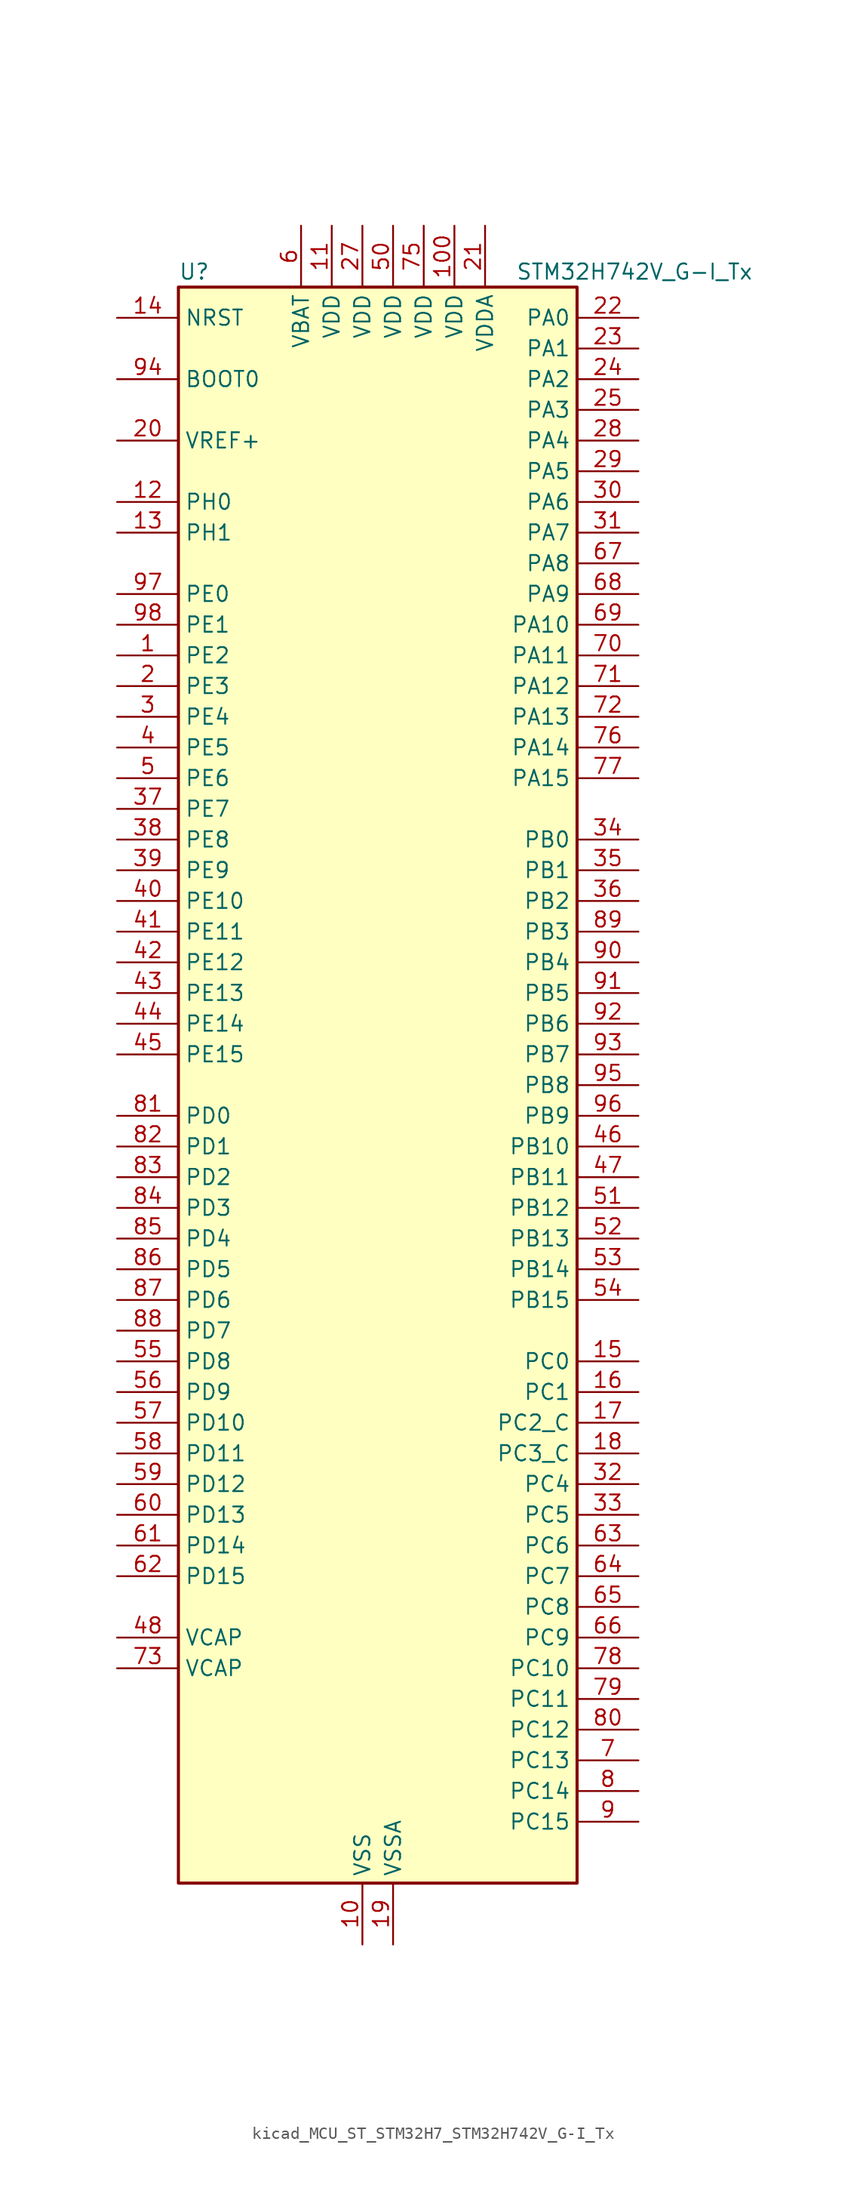
<source format=kicad_sym>
(kicad_symbol_lib
  (version 20220914)
  (generator kicad_symbol_editor)
  (symbol "kicad_MCU_ST_STM32H7_STM32H742V_G-I_Tx"
    (property "Reference" "U"
      (at -15.24 67.31 0)
      (effects (font (size 1.27 1.27)) (justify left)))
    (property "Value" "STM32H742V_G-I_Tx"
      (at 12.7 67.31 0)
      (effects (font (size 1.27 1.27)) (justify left)))
    (property "ki_locked" ""
      (at 0 0 0)
      (effects (font (size 1.27 1.27))))
    (symbol "kicad_MCU_ST_STM32H7_STM32H742V_G-I_Tx_0_1"
      (rectangle (start -15.24 -66.04) (end 17.78 66.04) (stroke (width 0.254) (type default)) (fill (type background))))
    (symbol "kicad_MCU_ST_STM32H7_STM32H742V_G-I_Tx_1_1"
      (pin bidirectional line (at -20.32 35.56 0) (length 5.08) (name "PE2" (effects (font (size 1.27 1.27)))) (number "1" (effects (font (size 1.27 1.27)))) (alternate "DEBUG_TRACECLK" bidirectional line) (alternate "ETH_TXD3" bidirectional line) (alternate "FMC_A23" bidirectional line) (alternate "QUADSPI_BK1_IO2" bidirectional line) (alternate "SAI1_CK1" bidirectional line) (alternate "SAI1_MCLK_A" bidirectional line) (alternate "SAI4_CK1" bidirectional line) (alternate "SAI4_MCLK_A" bidirectional line) (alternate "SPI4_SCK" bidirectional line))
      (pin power_in line (at 0 -71.12 90) (length 5.08) (name "VSS" (effects (font (size 1.27 1.27)))) (number "10" (effects (font (size 1.27 1.27)))))
      (pin power_in line (at 7.62 71.12 270) (length 5.08) (name "VDD" (effects (font (size 1.27 1.27)))) (number "100" (effects (font (size 1.27 1.27)))))
      (pin power_in line (at -2.54 71.12 270) (length 5.08) (name "VDD" (effects (font (size 1.27 1.27)))) (number "11" (effects (font (size 1.27 1.27)))))
      (pin bidirectional line (at -20.32 48.26 0) (length 5.08) (name "PH0" (effects (font (size 1.27 1.27)))) (number "12" (effects (font (size 1.27 1.27)))) (alternate "RCC_OSC_IN" bidirectional line))
      (pin bidirectional line (at -20.32 45.72 0) (length 5.08) (name "PH1" (effects (font (size 1.27 1.27)))) (number "13" (effects (font (size 1.27 1.27)))) (alternate "RCC_OSC_OUT" bidirectional line))
      (pin input line (at -20.32 63.5 0) (length 5.08) (name "NRST" (effects (font (size 1.27 1.27)))) (number "14" (effects (font (size 1.27 1.27)))))
      (pin bidirectional line (at 22.86 -22.86 180) (length 5.08) (name "PC0" (effects (font (size 1.27 1.27)))) (number "15" (effects (font (size 1.27 1.27)))) (alternate "ADC1_INP10" bidirectional line) (alternate "ADC2_INP10" bidirectional line) (alternate "ADC3_INP10" bidirectional line) (alternate "DFSDM1_CKIN0" bidirectional line) (alternate "DFSDM1_DATIN4" bidirectional line) (alternate "FMC_SDNWE" bidirectional line) (alternate "SAI2_FS_B" bidirectional line) (alternate "USB_OTG_HS_ULPI_STP" bidirectional line))
      (pin bidirectional line (at 22.86 -25.4 180) (length 5.08) (name "PC1" (effects (font (size 1.27 1.27)))) (number "16" (effects (font (size 1.27 1.27)))) (alternate "ADC1_INN10" bidirectional line) (alternate "ADC1_INP11" bidirectional line) (alternate "ADC2_INN10" bidirectional line) (alternate "ADC2_INP11" bidirectional line) (alternate "ADC3_INN10" bidirectional line) (alternate "ADC3_INP11" bidirectional line) (alternate "DEBUG_TRACED0" bidirectional line) (alternate "DFSDM1_CKIN4" bidirectional line) (alternate "DFSDM1_DATIN0" bidirectional line) (alternate "ETH_MDC" bidirectional line) (alternate "I2S2_SDO" bidirectional line) (alternate "MDIOS_MDC" bidirectional line) (alternate "PWR_WKUP5" bidirectional line) (alternate "RTC_TAMP3" bidirectional line) (alternate "SAI1_D1" bidirectional line) (alternate "SAI1_SD_A" bidirectional line) (alternate "SAI4_D1" bidirectional line) (alternate "SAI4_SD_A" bidirectional line) (alternate "SDMMC2_CK" bidirectional line) (alternate "SPI2_MOSI" bidirectional line))
      (pin bidirectional line (at 22.86 -27.94 180) (length 5.08) (name "PC2_C" (effects (font (size 1.27 1.27)))) (number "17" (effects (font (size 1.27 1.27)))) (alternate "ADC3_INN1" bidirectional line) (alternate "ADC3_INP0" bidirectional line) (alternate "DFSDM1_CKIN1" bidirectional line) (alternate "DFSDM1_CKOUT" bidirectional line) (alternate "ETH_TXD2" bidirectional line) (alternate "FMC_SDNE0" bidirectional line) (alternate "I2S2_SDI" bidirectional line) (alternate "PWR_CSTOP" bidirectional line) (alternate "SPI2_MISO" bidirectional line) (alternate "USB_OTG_HS_ULPI_DIR" bidirectional line))
      (pin bidirectional line (at 22.86 -30.48 180) (length 5.08) (name "PC3_C" (effects (font (size 1.27 1.27)))) (number "18" (effects (font (size 1.27 1.27)))) (alternate "ADC3_INP1" bidirectional line) (alternate "DFSDM1_DATIN1" bidirectional line) (alternate "ETH_TX_CLK" bidirectional line) (alternate "FMC_SDCKE0" bidirectional line) (alternate "I2S2_SDO" bidirectional line) (alternate "PWR_CSLEEP" bidirectional line) (alternate "SPI2_MOSI" bidirectional line) (alternate "USB_OTG_HS_ULPI_NXT" bidirectional line))
      (pin power_in line (at 2.54 -71.12 90) (length 5.08) (name "VSSA" (effects (font (size 1.27 1.27)))) (number "19" (effects (font (size 1.27 1.27)))))
      (pin bidirectional line (at -20.32 33.02 0) (length 5.08) (name "PE3" (effects (font (size 1.27 1.27)))) (number "2" (effects (font (size 1.27 1.27)))) (alternate "DEBUG_TRACED0" bidirectional line) (alternate "FMC_A19" bidirectional line) (alternate "SAI1_SD_B" bidirectional line) (alternate "SAI4_SD_B" bidirectional line) (alternate "TIM15_BKIN" bidirectional line))
      (pin input line (at -20.32 53.34 0) (length 5.08) (name "VREF+" (effects (font (size 1.27 1.27)))) (number "20" (effects (font (size 1.27 1.27)))) (alternate "VREFBUF_OUT" bidirectional line))
      (pin power_in line (at 10.16 71.12 270) (length 5.08) (name "VDDA" (effects (font (size 1.27 1.27)))) (number "21" (effects (font (size 1.27 1.27)))))
      (pin bidirectional line (at 22.86 63.5 180) (length 5.08) (name "PA0" (effects (font (size 1.27 1.27)))) (number "22" (effects (font (size 1.27 1.27)))) (alternate "ADC1_INP16" bidirectional line) (alternate "ETH_CRS" bidirectional line) (alternate "PWR_WKUP0" bidirectional line) (alternate "SAI2_SD_B" bidirectional line) (alternate "SDMMC2_CMD" bidirectional line) (alternate "TIM15_BKIN" bidirectional line) (alternate "TIM2_CH1" bidirectional line) (alternate "TIM2_ETR" bidirectional line) (alternate "TIM5_CH1" bidirectional line) (alternate "TIM8_ETR" bidirectional line) (alternate "UART4_TX" bidirectional line) (alternate "USART2_CTS" bidirectional line) (alternate "USART2_NSS" bidirectional line))
      (pin bidirectional line (at 22.86 60.96 180) (length 5.08) (name "PA1" (effects (font (size 1.27 1.27)))) (number "23" (effects (font (size 1.27 1.27)))) (alternate "ADC1_INN16" bidirectional line) (alternate "ADC1_INP17" bidirectional line) (alternate "ETH_REF_CLK" bidirectional line) (alternate "ETH_RX_CLK" bidirectional line) (alternate "LPTIM3_OUT" bidirectional line) (alternate "QUADSPI_BK1_IO3" bidirectional line) (alternate "SAI2_MCLK_B" bidirectional line) (alternate "TIM15_CH1N" bidirectional line) (alternate "TIM2_CH2" bidirectional line) (alternate "TIM5_CH2" bidirectional line) (alternate "UART4_RX" bidirectional line) (alternate "USART2_DE" bidirectional line) (alternate "USART2_RTS" bidirectional line))
      (pin bidirectional line (at 22.86 58.42 180) (length 5.08) (name "PA2" (effects (font (size 1.27 1.27)))) (number "24" (effects (font (size 1.27 1.27)))) (alternate "ADC1_INP14" bidirectional line) (alternate "ADC2_INP14" bidirectional line) (alternate "ETH_MDIO" bidirectional line) (alternate "LPTIM4_OUT" bidirectional line) (alternate "MDIOS_MDIO" bidirectional line) (alternate "PWR_WKUP1" bidirectional line) (alternate "SAI2_SCK_B" bidirectional line) (alternate "TIM15_CH1" bidirectional line) (alternate "TIM2_CH3" bidirectional line) (alternate "TIM5_CH3" bidirectional line) (alternate "USART2_TX" bidirectional line))
      (pin bidirectional line (at 22.86 55.88 180) (length 5.08) (name "PA3" (effects (font (size 1.27 1.27)))) (number "25" (effects (font (size 1.27 1.27)))) (alternate "ADC1_INP15" bidirectional line) (alternate "ADC2_INP15" bidirectional line) (alternate "ETH_COL" bidirectional line) (alternate "LPTIM5_OUT" bidirectional line) (alternate "TIM15_CH2" bidirectional line) (alternate "TIM2_CH4" bidirectional line) (alternate "TIM5_CH4" bidirectional line) (alternate "USART2_RX" bidirectional line) (alternate "USB_OTG_HS_ULPI_D0" bidirectional line))
      (pin passive line (at 0 -71.12 90) (length 5.08) hide (name "VSS" (effects (font (size 1.27 1.27)))) (number "26" (effects (font (size 1.27 1.27)))))
      (pin power_in line (at 0 71.12 270) (length 5.08) (name "VDD" (effects (font (size 1.27 1.27)))) (number "27" (effects (font (size 1.27 1.27)))))
      (pin bidirectional line (at 22.86 53.34 180) (length 5.08) (name "PA4" (effects (font (size 1.27 1.27)))) (number "28" (effects (font (size 1.27 1.27)))) (alternate "ADC1_INP18" bidirectional line) (alternate "ADC2_INP18" bidirectional line) (alternate "DAC1_OUT1" bidirectional line) (alternate "DCMI_HSYNC" bidirectional line) (alternate "I2S1_WS" bidirectional line) (alternate "I2S3_WS" bidirectional line) (alternate "SPI1_NSS" bidirectional line) (alternate "SPI3_NSS" bidirectional line) (alternate "SPI6_NSS" bidirectional line) (alternate "TIM5_ETR" bidirectional line) (alternate "USART2_CK" bidirectional line) (alternate "USB_OTG_HS_SOF" bidirectional line))
      (pin bidirectional line (at 22.86 50.8 180) (length 5.08) (name "PA5" (effects (font (size 1.27 1.27)))) (number "29" (effects (font (size 1.27 1.27)))) (alternate "ADC1_INN18" bidirectional line) (alternate "ADC1_INP19" bidirectional line) (alternate "ADC2_INN18" bidirectional line) (alternate "ADC2_INP19" bidirectional line) (alternate "DAC1_OUT2" bidirectional line) (alternate "I2S1_CK" bidirectional line) (alternate "PWR_NDSTOP2" bidirectional line) (alternate "SPI1_SCK" bidirectional line) (alternate "SPI6_SCK" bidirectional line) (alternate "TIM2_CH1" bidirectional line) (alternate "TIM2_ETR" bidirectional line) (alternate "TIM8_CH1N" bidirectional line) (alternate "USB_OTG_HS_ULPI_CK" bidirectional line))
      (pin bidirectional line (at -20.32 30.48 0) (length 5.08) (name "PE4" (effects (font (size 1.27 1.27)))) (number "3" (effects (font (size 1.27 1.27)))) (alternate "DCMI_D4" bidirectional line) (alternate "DEBUG_TRACED1" bidirectional line) (alternate "DFSDM1_DATIN3" bidirectional line) (alternate "FMC_A20" bidirectional line) (alternate "SAI1_D2" bidirectional line) (alternate "SAI1_FS_A" bidirectional line) (alternate "SAI4_D2" bidirectional line) (alternate "SAI4_FS_A" bidirectional line) (alternate "SPI4_NSS" bidirectional line) (alternate "TIM15_CH1N" bidirectional line))
      (pin bidirectional line (at 22.86 48.26 180) (length 5.08) (name "PA6" (effects (font (size 1.27 1.27)))) (number "30" (effects (font (size 1.27 1.27)))) (alternate "ADC1_INP3" bidirectional line) (alternate "ADC2_INP3" bidirectional line) (alternate "DCMI_PIXCLK" bidirectional line) (alternate "I2S1_SDI" bidirectional line) (alternate "MDIOS_MDC" bidirectional line) (alternate "SPI1_MISO" bidirectional line) (alternate "SPI6_MISO" bidirectional line) (alternate "TIM13_CH1" bidirectional line) (alternate "TIM1_BKIN" bidirectional line) (alternate "TIM1_BKIN_COMP1" bidirectional line) (alternate "TIM1_BKIN_COMP2" bidirectional line) (alternate "TIM3_CH1" bidirectional line) (alternate "TIM8_BKIN" bidirectional line) (alternate "TIM8_BKIN_COMP1" bidirectional line) (alternate "TIM8_BKIN_COMP2" bidirectional line))
      (pin bidirectional line (at 22.86 45.72 180) (length 5.08) (name "PA7" (effects (font (size 1.27 1.27)))) (number "31" (effects (font (size 1.27 1.27)))) (alternate "ADC1_INN3" bidirectional line) (alternate "ADC1_INP7" bidirectional line) (alternate "ADC2_INN3" bidirectional line) (alternate "ADC2_INP7" bidirectional line) (alternate "ETH_CRS_DV" bidirectional line) (alternate "ETH_RX_DV" bidirectional line) (alternate "FMC_SDNWE" bidirectional line) (alternate "I2S1_SDO" bidirectional line) (alternate "OPAMP1_VINM" bidirectional line) (alternate "OPAMP1_VINM1" bidirectional line) (alternate "SPI1_MOSI" bidirectional line) (alternate "SPI6_MOSI" bidirectional line) (alternate "TIM14_CH1" bidirectional line) (alternate "TIM1_CH1N" bidirectional line) (alternate "TIM3_CH2" bidirectional line) (alternate "TIM8_CH1N" bidirectional line))
      (pin bidirectional line (at 22.86 -33.02 180) (length 5.08) (name "PC4" (effects (font (size 1.27 1.27)))) (number "32" (effects (font (size 1.27 1.27)))) (alternate "ADC1_INP4" bidirectional line) (alternate "ADC2_INP4" bidirectional line) (alternate "COMP1_INM" bidirectional line) (alternate "DFSDM1_CKIN2" bidirectional line) (alternate "ETH_RXD0" bidirectional line) (alternate "FMC_SDNE0" bidirectional line) (alternate "I2S1_MCK" bidirectional line) (alternate "OPAMP1_VOUT" bidirectional line) (alternate "SPDIFRX1_IN2" bidirectional line))
      (pin bidirectional line (at 22.86 -35.56 180) (length 5.08) (name "PC5" (effects (font (size 1.27 1.27)))) (number "33" (effects (font (size 1.27 1.27)))) (alternate "ADC1_INN4" bidirectional line) (alternate "ADC1_INP8" bidirectional line) (alternate "ADC2_INN4" bidirectional line) (alternate "ADC2_INP8" bidirectional line) (alternate "COMP1_OUT" bidirectional line) (alternate "DFSDM1_DATIN2" bidirectional line) (alternate "ETH_RXD1" bidirectional line) (alternate "FMC_SDCKE0" bidirectional line) (alternate "OPAMP1_VINM" bidirectional line) (alternate "OPAMP1_VINM0" bidirectional line) (alternate "SAI1_D3" bidirectional line) (alternate "SAI4_D3" bidirectional line) (alternate "SPDIFRX1_IN3" bidirectional line))
      (pin bidirectional line (at 22.86 20.32 180) (length 5.08) (name "PB0" (effects (font (size 1.27 1.27)))) (number "34" (effects (font (size 1.27 1.27)))) (alternate "ADC1_INN5" bidirectional line) (alternate "ADC1_INP9" bidirectional line) (alternate "ADC2_INN5" bidirectional line) (alternate "ADC2_INP9" bidirectional line) (alternate "COMP1_INP" bidirectional line) (alternate "DFSDM1_CKOUT" bidirectional line) (alternate "ETH_RXD2" bidirectional line) (alternate "OPAMP1_VINP" bidirectional line) (alternate "TIM1_CH2N" bidirectional line) (alternate "TIM3_CH3" bidirectional line) (alternate "TIM8_CH2N" bidirectional line) (alternate "UART4_CTS" bidirectional line) (alternate "USB_OTG_HS_ULPI_D1" bidirectional line))
      (pin bidirectional line (at 22.86 17.78 180) (length 5.08) (name "PB1" (effects (font (size 1.27 1.27)))) (number "35" (effects (font (size 1.27 1.27)))) (alternate "ADC1_INP5" bidirectional line) (alternate "ADC2_INP5" bidirectional line) (alternate "COMP1_INM" bidirectional line) (alternate "DFSDM1_DATIN1" bidirectional line) (alternate "ETH_RXD3" bidirectional line) (alternate "TIM1_CH3N" bidirectional line) (alternate "TIM3_CH4" bidirectional line) (alternate "TIM8_CH3N" bidirectional line) (alternate "USB_OTG_HS_ULPI_D2" bidirectional line))
      (pin bidirectional line (at 22.86 15.24 180) (length 5.08) (name "PB2" (effects (font (size 1.27 1.27)))) (number "36" (effects (font (size 1.27 1.27)))) (alternate "COMP1_INP" bidirectional line) (alternate "DFSDM1_CKIN1" bidirectional line) (alternate "I2S3_SDO" bidirectional line) (alternate "QUADSPI_CLK" bidirectional line) (alternate "RTC_OUT_ALARM" bidirectional line) (alternate "RTC_OUT_CALIB" bidirectional line) (alternate "SAI1_D1" bidirectional line) (alternate "SAI1_SD_A" bidirectional line) (alternate "SAI4_D1" bidirectional line) (alternate "SAI4_SD_A" bidirectional line) (alternate "SPI3_MOSI" bidirectional line))
      (pin bidirectional line (at -20.32 22.86 0) (length 5.08) (name "PE7" (effects (font (size 1.27 1.27)))) (number "37" (effects (font (size 1.27 1.27)))) (alternate "COMP2_INM" bidirectional line) (alternate "DFSDM1_DATIN2" bidirectional line) (alternate "FMC_D4" bidirectional line) (alternate "FMC_DA4" bidirectional line) (alternate "OPAMP2_VOUT" bidirectional line) (alternate "QUADSPI_BK2_IO0" bidirectional line) (alternate "TIM1_ETR" bidirectional line) (alternate "UART7_RX" bidirectional line))
      (pin bidirectional line (at -20.32 20.32 0) (length 5.08) (name "PE8" (effects (font (size 1.27 1.27)))) (number "38" (effects (font (size 1.27 1.27)))) (alternate "COMP2_OUT" bidirectional line) (alternate "DFSDM1_CKIN2" bidirectional line) (alternate "FMC_D5" bidirectional line) (alternate "FMC_DA5" bidirectional line) (alternate "OPAMP2_VINM" bidirectional line) (alternate "OPAMP2_VINM0" bidirectional line) (alternate "QUADSPI_BK2_IO1" bidirectional line) (alternate "TIM1_CH1N" bidirectional line) (alternate "UART7_TX" bidirectional line))
      (pin bidirectional line (at -20.32 17.78 0) (length 5.08) (name "PE9" (effects (font (size 1.27 1.27)))) (number "39" (effects (font (size 1.27 1.27)))) (alternate "COMP2_INP" bidirectional line) (alternate "DAC1_EXTI9" bidirectional line) (alternate "DFSDM1_CKOUT" bidirectional line) (alternate "FMC_D6" bidirectional line) (alternate "FMC_DA6" bidirectional line) (alternate "OPAMP2_VINP" bidirectional line) (alternate "QUADSPI_BK2_IO2" bidirectional line) (alternate "TIM1_CH1" bidirectional line) (alternate "UART7_DE" bidirectional line) (alternate "UART7_RTS" bidirectional line))
      (pin bidirectional line (at -20.32 27.94 0) (length 5.08) (name "PE5" (effects (font (size 1.27 1.27)))) (number "4" (effects (font (size 1.27 1.27)))) (alternate "DCMI_D6" bidirectional line) (alternate "DEBUG_TRACED2" bidirectional line) (alternate "DFSDM1_CKIN3" bidirectional line) (alternate "FMC_A21" bidirectional line) (alternate "SAI1_CK2" bidirectional line) (alternate "SAI1_SCK_A" bidirectional line) (alternate "SAI4_CK2" bidirectional line) (alternate "SAI4_SCK_A" bidirectional line) (alternate "SPI4_MISO" bidirectional line) (alternate "TIM15_CH1" bidirectional line))
      (pin bidirectional line (at -20.32 15.24 0) (length 5.08) (name "PE10" (effects (font (size 1.27 1.27)))) (number "40" (effects (font (size 1.27 1.27)))) (alternate "COMP2_INM" bidirectional line) (alternate "DFSDM1_DATIN4" bidirectional line) (alternate "FMC_D7" bidirectional line) (alternate "FMC_DA7" bidirectional line) (alternate "QUADSPI_BK2_IO3" bidirectional line) (alternate "TIM1_CH2N" bidirectional line) (alternate "UART7_CTS" bidirectional line))
      (pin bidirectional line (at -20.32 12.7 0) (length 5.08) (name "PE11" (effects (font (size 1.27 1.27)))) (number "41" (effects (font (size 1.27 1.27)))) (alternate "ADC1_EXTI11" bidirectional line) (alternate "ADC2_EXTI11" bidirectional line) (alternate "ADC3_EXTI11" bidirectional line) (alternate "COMP2_INP" bidirectional line) (alternate "DFSDM1_CKIN4" bidirectional line) (alternate "FMC_D8" bidirectional line) (alternate "FMC_DA8" bidirectional line) (alternate "SAI2_SD_B" bidirectional line) (alternate "SPI4_NSS" bidirectional line) (alternate "TIM1_CH2" bidirectional line))
      (pin bidirectional line (at -20.32 10.16 0) (length 5.08) (name "PE12" (effects (font (size 1.27 1.27)))) (number "42" (effects (font (size 1.27 1.27)))) (alternate "COMP1_OUT" bidirectional line) (alternate "DFSDM1_DATIN5" bidirectional line) (alternate "FMC_D9" bidirectional line) (alternate "FMC_DA9" bidirectional line) (alternate "SAI2_SCK_B" bidirectional line) (alternate "SPI4_SCK" bidirectional line) (alternate "TIM1_CH3N" bidirectional line))
      (pin bidirectional line (at -20.32 7.62 0) (length 5.08) (name "PE13" (effects (font (size 1.27 1.27)))) (number "43" (effects (font (size 1.27 1.27)))) (alternate "COMP2_OUT" bidirectional line) (alternate "DFSDM1_CKIN5" bidirectional line) (alternate "FMC_D10" bidirectional line) (alternate "FMC_DA10" bidirectional line) (alternate "SAI2_FS_B" bidirectional line) (alternate "SPI4_MISO" bidirectional line) (alternate "TIM1_CH3" bidirectional line))
      (pin bidirectional line (at -20.32 5.08 0) (length 5.08) (name "PE14" (effects (font (size 1.27 1.27)))) (number "44" (effects (font (size 1.27 1.27)))) (alternate "FMC_D11" bidirectional line) (alternate "FMC_DA11" bidirectional line) (alternate "SAI2_MCLK_B" bidirectional line) (alternate "SPI4_MOSI" bidirectional line) (alternate "TIM1_CH4" bidirectional line))
      (pin bidirectional line (at -20.32 2.54 0) (length 5.08) (name "PE15" (effects (font (size 1.27 1.27)))) (number "45" (effects (font (size 1.27 1.27)))) (alternate "ADC1_EXTI15" bidirectional line) (alternate "ADC2_EXTI15" bidirectional line) (alternate "ADC3_EXTI15" bidirectional line) (alternate "FMC_D12" bidirectional line) (alternate "FMC_DA12" bidirectional line) (alternate "TIM1_BKIN" bidirectional line) (alternate "TIM1_BKIN_COMP1" bidirectional line) (alternate "TIM1_BKIN_COMP2" bidirectional line))
      (pin bidirectional line (at 22.86 -5.08 180) (length 5.08) (name "PB10" (effects (font (size 1.27 1.27)))) (number "46" (effects (font (size 1.27 1.27)))) (alternate "DFSDM1_DATIN7" bidirectional line) (alternate "ETH_RX_ER" bidirectional line) (alternate "HRTIM_SCOUT" bidirectional line) (alternate "I2C2_SCL" bidirectional line) (alternate "I2S2_CK" bidirectional line) (alternate "LPTIM2_IN1" bidirectional line) (alternate "QUADSPI_BK1_NCS" bidirectional line) (alternate "SPI2_SCK" bidirectional line) (alternate "TIM2_CH3" bidirectional line) (alternate "USART3_TX" bidirectional line) (alternate "USB_OTG_HS_ULPI_D3" bidirectional line))
      (pin bidirectional line (at 22.86 -7.62 180) (length 5.08) (name "PB11" (effects (font (size 1.27 1.27)))) (number "47" (effects (font (size 1.27 1.27)))) (alternate "ADC1_EXTI11" bidirectional line) (alternate "ADC2_EXTI11" bidirectional line) (alternate "ADC3_EXTI11" bidirectional line) (alternate "DFSDM1_CKIN7" bidirectional line) (alternate "ETH_TX_EN" bidirectional line) (alternate "HRTIM_SCIN" bidirectional line) (alternate "I2C2_SDA" bidirectional line) (alternate "LPTIM2_ETR" bidirectional line) (alternate "TIM2_CH4" bidirectional line) (alternate "USART3_RX" bidirectional line) (alternate "USB_OTG_HS_ULPI_D4" bidirectional line))
      (pin power_out line (at -20.32 -45.72 0) (length 5.08) (name "VCAP" (effects (font (size 1.27 1.27)))) (number "48" (effects (font (size 1.27 1.27)))))
      (pin passive line (at 0 -71.12 90) (length 5.08) hide (name "VSS" (effects (font (size 1.27 1.27)))) (number "49" (effects (font (size 1.27 1.27)))))
      (pin bidirectional line (at -20.32 25.4 0) (length 5.08) (name "PE6" (effects (font (size 1.27 1.27)))) (number "5" (effects (font (size 1.27 1.27)))) (alternate "DCMI_D7" bidirectional line) (alternate "DEBUG_TRACED3" bidirectional line) (alternate "FMC_A22" bidirectional line) (alternate "SAI1_D1" bidirectional line) (alternate "SAI1_SD_A" bidirectional line) (alternate "SAI2_MCLK_B" bidirectional line) (alternate "SAI4_D1" bidirectional line) (alternate "SAI4_SD_A" bidirectional line) (alternate "SPI4_MOSI" bidirectional line) (alternate "TIM15_CH2" bidirectional line) (alternate "TIM1_BKIN2" bidirectional line) (alternate "TIM1_BKIN2_COMP1" bidirectional line) (alternate "TIM1_BKIN2_COMP2" bidirectional line))
      (pin power_in line (at 2.54 71.12 270) (length 5.08) (name "VDD" (effects (font (size 1.27 1.27)))) (number "50" (effects (font (size 1.27 1.27)))))
      (pin bidirectional line (at 22.86 -10.16 180) (length 5.08) (name "PB12" (effects (font (size 1.27 1.27)))) (number "51" (effects (font (size 1.27 1.27)))) (alternate "DFSDM1_DATIN1" bidirectional line) (alternate "ETH_TXD0" bidirectional line) (alternate "FDCAN2_RX" bidirectional line) (alternate "I2C2_SMBA" bidirectional line) (alternate "I2S2_WS" bidirectional line) (alternate "SPI2_NSS" bidirectional line) (alternate "TIM1_BKIN" bidirectional line) (alternate "TIM1_BKIN_COMP1" bidirectional line) (alternate "TIM1_BKIN_COMP2" bidirectional line) (alternate "UART5_RX" bidirectional line) (alternate "USART3_CK" bidirectional line) (alternate "USB_OTG_HS_ID" bidirectional line) (alternate "USB_OTG_HS_ULPI_D5" bidirectional line))
      (pin bidirectional line (at 22.86 -12.7 180) (length 5.08) (name "PB13" (effects (font (size 1.27 1.27)))) (number "52" (effects (font (size 1.27 1.27)))) (alternate "DFSDM1_CKIN1" bidirectional line) (alternate "ETH_TXD1" bidirectional line) (alternate "FDCAN2_TX" bidirectional line) (alternate "I2S2_CK" bidirectional line) (alternate "LPTIM2_OUT" bidirectional line) (alternate "SPI2_SCK" bidirectional line) (alternate "TIM1_CH1N" bidirectional line) (alternate "UART5_TX" bidirectional line) (alternate "USART3_CTS" bidirectional line) (alternate "USART3_NSS" bidirectional line) (alternate "USB_OTG_HS_ULPI_D6" bidirectional line) (alternate "USB_OTG_HS_VBUS" bidirectional line))
      (pin bidirectional line (at 22.86 -15.24 180) (length 5.08) (name "PB14" (effects (font (size 1.27 1.27)))) (number "53" (effects (font (size 1.27 1.27)))) (alternate "DFSDM1_DATIN2" bidirectional line) (alternate "I2S2_SDI" bidirectional line) (alternate "SDMMC2_D0" bidirectional line) (alternate "SPI2_MISO" bidirectional line) (alternate "TIM12_CH1" bidirectional line) (alternate "TIM1_CH2N" bidirectional line) (alternate "TIM8_CH2N" bidirectional line) (alternate "UART4_DE" bidirectional line) (alternate "UART4_RTS" bidirectional line) (alternate "USART1_TX" bidirectional line) (alternate "USART3_DE" bidirectional line) (alternate "USART3_RTS" bidirectional line) (alternate "USB_OTG_HS_DM" bidirectional line))
      (pin bidirectional line (at 22.86 -17.78 180) (length 5.08) (name "PB15" (effects (font (size 1.27 1.27)))) (number "54" (effects (font (size 1.27 1.27)))) (alternate "ADC1_EXTI15" bidirectional line) (alternate "ADC2_EXTI15" bidirectional line) (alternate "ADC3_EXTI15" bidirectional line) (alternate "DFSDM1_CKIN2" bidirectional line) (alternate "I2S2_SDO" bidirectional line) (alternate "RTC_REFIN" bidirectional line) (alternate "SDMMC2_D1" bidirectional line) (alternate "SPI2_MOSI" bidirectional line) (alternate "TIM12_CH2" bidirectional line) (alternate "TIM1_CH3N" bidirectional line) (alternate "TIM8_CH3N" bidirectional line) (alternate "UART4_CTS" bidirectional line) (alternate "USART1_RX" bidirectional line) (alternate "USB_OTG_HS_DP" bidirectional line))
      (pin bidirectional line (at -20.32 -22.86 0) (length 5.08) (name "PD8" (effects (font (size 1.27 1.27)))) (number "55" (effects (font (size 1.27 1.27)))) (alternate "DFSDM1_CKIN3" bidirectional line) (alternate "FMC_D13" bidirectional line) (alternate "FMC_DA13" bidirectional line) (alternate "SAI3_SCK_B" bidirectional line) (alternate "SPDIFRX1_IN1" bidirectional line) (alternate "USART3_TX" bidirectional line))
      (pin bidirectional line (at -20.32 -25.4 0) (length 5.08) (name "PD9" (effects (font (size 1.27 1.27)))) (number "56" (effects (font (size 1.27 1.27)))) (alternate "DAC1_EXTI9" bidirectional line) (alternate "DFSDM1_DATIN3" bidirectional line) (alternate "FMC_D14" bidirectional line) (alternate "FMC_DA14" bidirectional line) (alternate "SAI3_SD_B" bidirectional line) (alternate "USART3_RX" bidirectional line))
      (pin bidirectional line (at -20.32 -27.94 0) (length 5.08) (name "PD10" (effects (font (size 1.27 1.27)))) (number "57" (effects (font (size 1.27 1.27)))) (alternate "DFSDM1_CKOUT" bidirectional line) (alternate "FMC_D15" bidirectional line) (alternate "FMC_DA15" bidirectional line) (alternate "SAI3_FS_B" bidirectional line) (alternate "USART3_CK" bidirectional line))
      (pin bidirectional line (at -20.32 -30.48 0) (length 5.08) (name "PD11" (effects (font (size 1.27 1.27)))) (number "58" (effects (font (size 1.27 1.27)))) (alternate "ADC1_EXTI11" bidirectional line) (alternate "ADC2_EXTI11" bidirectional line) (alternate "ADC3_EXTI11" bidirectional line) (alternate "FMC_A16" bidirectional line) (alternate "FMC_CLE" bidirectional line) (alternate "I2C4_SMBA" bidirectional line) (alternate "LPTIM2_IN2" bidirectional line) (alternate "QUADSPI_BK1_IO0" bidirectional line) (alternate "SAI2_SD_A" bidirectional line) (alternate "USART3_CTS" bidirectional line) (alternate "USART3_NSS" bidirectional line))
      (pin bidirectional line (at -20.32 -33.02 0) (length 5.08) (name "PD12" (effects (font (size 1.27 1.27)))) (number "59" (effects (font (size 1.27 1.27)))) (alternate "FMC_A17" bidirectional line) (alternate "FMC_ALE" bidirectional line) (alternate "I2C4_SCL" bidirectional line) (alternate "LPTIM1_IN1" bidirectional line) (alternate "LPTIM2_IN1" bidirectional line) (alternate "QUADSPI_BK1_IO1" bidirectional line) (alternate "SAI2_FS_A" bidirectional line) (alternate "TIM4_CH1" bidirectional line) (alternate "USART3_DE" bidirectional line) (alternate "USART3_RTS" bidirectional line))
      (pin power_in line (at -5.08 71.12 270) (length 5.08) (name "VBAT" (effects (font (size 1.27 1.27)))) (number "6" (effects (font (size 1.27 1.27)))))
      (pin bidirectional line (at -20.32 -35.56 0) (length 5.08) (name "PD13" (effects (font (size 1.27 1.27)))) (number "60" (effects (font (size 1.27 1.27)))) (alternate "FMC_A18" bidirectional line) (alternate "I2C4_SDA" bidirectional line) (alternate "LPTIM1_OUT" bidirectional line) (alternate "QUADSPI_BK1_IO3" bidirectional line) (alternate "SAI2_SCK_A" bidirectional line) (alternate "TIM4_CH2" bidirectional line))
      (pin bidirectional line (at -20.32 -38.1 0) (length 5.08) (name "PD14" (effects (font (size 1.27 1.27)))) (number "61" (effects (font (size 1.27 1.27)))) (alternate "FMC_D0" bidirectional line) (alternate "FMC_DA0" bidirectional line) (alternate "SAI3_MCLK_B" bidirectional line) (alternate "TIM4_CH3" bidirectional line) (alternate "UART8_CTS" bidirectional line))
      (pin bidirectional line (at -20.32 -40.64 0) (length 5.08) (name "PD15" (effects (font (size 1.27 1.27)))) (number "62" (effects (font (size 1.27 1.27)))) (alternate "ADC1_EXTI15" bidirectional line) (alternate "ADC2_EXTI15" bidirectional line) (alternate "ADC3_EXTI15" bidirectional line) (alternate "FMC_D1" bidirectional line) (alternate "FMC_DA1" bidirectional line) (alternate "SAI3_MCLK_A" bidirectional line) (alternate "TIM4_CH4" bidirectional line) (alternate "UART8_DE" bidirectional line) (alternate "UART8_RTS" bidirectional line))
      (pin bidirectional line (at 22.86 -38.1 180) (length 5.08) (name "PC6" (effects (font (size 1.27 1.27)))) (number "63" (effects (font (size 1.27 1.27)))) (alternate "DCMI_D0" bidirectional line) (alternate "DFSDM1_CKIN3" bidirectional line) (alternate "FMC_NWAIT" bidirectional line) (alternate "HRTIM_CHA1" bidirectional line) (alternate "I2S2_MCK" bidirectional line) (alternate "SDMMC1_D0DIR" bidirectional line) (alternate "SDMMC1_D6" bidirectional line) (alternate "SDMMC2_D6" bidirectional line) (alternate "SWPMI1_IO" bidirectional line) (alternate "TIM3_CH1" bidirectional line) (alternate "TIM8_CH1" bidirectional line) (alternate "USART6_TX" bidirectional line))
      (pin bidirectional line (at 22.86 -40.64 180) (length 5.08) (name "PC7" (effects (font (size 1.27 1.27)))) (number "64" (effects (font (size 1.27 1.27)))) (alternate "DCMI_D1" bidirectional line) (alternate "DEBUG_TRGIO" bidirectional line) (alternate "DFSDM1_DATIN3" bidirectional line) (alternate "FMC_NE1" bidirectional line) (alternate "HRTIM_CHA2" bidirectional line) (alternate "I2S3_MCK" bidirectional line) (alternate "SDMMC1_D123DIR" bidirectional line) (alternate "SDMMC1_D7" bidirectional line) (alternate "SDMMC2_D7" bidirectional line) (alternate "SWPMI1_TX" bidirectional line) (alternate "TIM3_CH2" bidirectional line) (alternate "TIM8_CH2" bidirectional line) (alternate "USART6_RX" bidirectional line))
      (pin bidirectional line (at 22.86 -43.18 180) (length 5.08) (name "PC8" (effects (font (size 1.27 1.27)))) (number "65" (effects (font (size 1.27 1.27)))) (alternate "DCMI_D2" bidirectional line) (alternate "DEBUG_TRACED1" bidirectional line) (alternate "FMC_NCE" bidirectional line) (alternate "FMC_NE2" bidirectional line) (alternate "HRTIM_CHB1" bidirectional line) (alternate "SDMMC1_D0" bidirectional line) (alternate "SWPMI1_RX" bidirectional line) (alternate "TIM3_CH3" bidirectional line) (alternate "TIM8_CH3" bidirectional line) (alternate "UART5_DE" bidirectional line) (alternate "UART5_RTS" bidirectional line) (alternate "USART6_CK" bidirectional line))
      (pin bidirectional line (at 22.86 -45.72 180) (length 5.08) (name "PC9" (effects (font (size 1.27 1.27)))) (number "66" (effects (font (size 1.27 1.27)))) (alternate "DAC1_EXTI9" bidirectional line) (alternate "DCMI_D3" bidirectional line) (alternate "I2C3_SDA" bidirectional line) (alternate "I2S_CKIN" bidirectional line) (alternate "QUADSPI_BK1_IO0" bidirectional line) (alternate "RCC_MCO_2" bidirectional line) (alternate "SDMMC1_D1" bidirectional line) (alternate "SWPMI1_SUSPEND" bidirectional line) (alternate "TIM3_CH4" bidirectional line) (alternate "TIM8_CH4" bidirectional line) (alternate "UART5_CTS" bidirectional line))
      (pin bidirectional line (at 22.86 43.18 180) (length 5.08) (name "PA8" (effects (font (size 1.27 1.27)))) (number "67" (effects (font (size 1.27 1.27)))) (alternate "HRTIM_CHB2" bidirectional line) (alternate "I2C3_SCL" bidirectional line) (alternate "RCC_MCO_1" bidirectional line) (alternate "TIM1_CH1" bidirectional line) (alternate "TIM8_BKIN2" bidirectional line) (alternate "TIM8_BKIN2_COMP1" bidirectional line) (alternate "TIM8_BKIN2_COMP2" bidirectional line) (alternate "UART7_RX" bidirectional line) (alternate "USART1_CK" bidirectional line) (alternate "USB_OTG_FS_SOF" bidirectional line))
      (pin bidirectional line (at 22.86 40.64 180) (length 5.08) (name "PA9" (effects (font (size 1.27 1.27)))) (number "68" (effects (font (size 1.27 1.27)))) (alternate "DAC1_EXTI9" bidirectional line) (alternate "DCMI_D0" bidirectional line) (alternate "HRTIM_CHC1" bidirectional line) (alternate "I2C3_SMBA" bidirectional line) (alternate "I2S2_CK" bidirectional line) (alternate "LPUART1_TX" bidirectional line) (alternate "SPI2_SCK" bidirectional line) (alternate "TIM1_CH2" bidirectional line) (alternate "USART1_TX" bidirectional line) (alternate "USB_OTG_FS_VBUS" bidirectional line))
      (pin bidirectional line (at 22.86 38.1 180) (length 5.08) (name "PA10" (effects (font (size 1.27 1.27)))) (number "69" (effects (font (size 1.27 1.27)))) (alternate "DCMI_D1" bidirectional line) (alternate "HRTIM_CHC2" bidirectional line) (alternate "LPUART1_RX" bidirectional line) (alternate "MDIOS_MDIO" bidirectional line) (alternate "TIM1_CH3" bidirectional line) (alternate "USART1_RX" bidirectional line) (alternate "USB_OTG_FS_ID" bidirectional line))
      (pin bidirectional line (at 22.86 -55.88 180) (length 5.08) (name "PC13" (effects (font (size 1.27 1.27)))) (number "7" (effects (font (size 1.27 1.27)))) (alternate "PWR_WKUP2" bidirectional line) (alternate "RTC_OUT_ALARM" bidirectional line) (alternate "RTC_OUT_CALIB" bidirectional line) (alternate "RTC_TAMP1" bidirectional line) (alternate "RTC_TS" bidirectional line))
      (pin bidirectional line (at 22.86 35.56 180) (length 5.08) (name "PA11" (effects (font (size 1.27 1.27)))) (number "70" (effects (font (size 1.27 1.27)))) (alternate "ADC1_EXTI11" bidirectional line) (alternate "ADC2_EXTI11" bidirectional line) (alternate "ADC3_EXTI11" bidirectional line) (alternate "FDCAN1_RX" bidirectional line) (alternate "HRTIM_CHD1" bidirectional line) (alternate "I2S2_WS" bidirectional line) (alternate "LPUART1_CTS" bidirectional line) (alternate "SPI2_NSS" bidirectional line) (alternate "TIM1_CH4" bidirectional line) (alternate "UART4_RX" bidirectional line) (alternate "USART1_CTS" bidirectional line) (alternate "USART1_NSS" bidirectional line) (alternate "USB_OTG_FS_DM" bidirectional line))
      (pin bidirectional line (at 22.86 33.02 180) (length 5.08) (name "PA12" (effects (font (size 1.27 1.27)))) (number "71" (effects (font (size 1.27 1.27)))) (alternate "FDCAN1_TX" bidirectional line) (alternate "HRTIM_CHD2" bidirectional line) (alternate "I2S2_CK" bidirectional line) (alternate "LPUART1_DE" bidirectional line) (alternate "LPUART1_RTS" bidirectional line) (alternate "SAI2_FS_B" bidirectional line) (alternate "SPI2_SCK" bidirectional line) (alternate "TIM1_ETR" bidirectional line) (alternate "UART4_TX" bidirectional line) (alternate "USART1_DE" bidirectional line) (alternate "USART1_RTS" bidirectional line) (alternate "USB_OTG_FS_DP" bidirectional line))
      (pin bidirectional line (at 22.86 30.48 180) (length 5.08) (name "PA13" (effects (font (size 1.27 1.27)))) (number "72" (effects (font (size 1.27 1.27)))) (alternate "DEBUG_JTMS-SWDIO" bidirectional line))
      (pin power_out line (at -20.32 -48.26 0) (length 5.08) (name "VCAP" (effects (font (size 1.27 1.27)))) (number "73" (effects (font (size 1.27 1.27)))))
      (pin passive line (at 0 -71.12 90) (length 5.08) hide (name "VSS" (effects (font (size 1.27 1.27)))) (number "74" (effects (font (size 1.27 1.27)))))
      (pin power_in line (at 5.08 71.12 270) (length 5.08) (name "VDD" (effects (font (size 1.27 1.27)))) (number "75" (effects (font (size 1.27 1.27)))))
      (pin bidirectional line (at 22.86 27.94 180) (length 5.08) (name "PA14" (effects (font (size 1.27 1.27)))) (number "76" (effects (font (size 1.27 1.27)))) (alternate "DEBUG_JTCK-SWCLK" bidirectional line))
      (pin bidirectional line (at 22.86 25.4 180) (length 5.08) (name "PA15" (effects (font (size 1.27 1.27)))) (number "77" (effects (font (size 1.27 1.27)))) (alternate "ADC1_EXTI15" bidirectional line) (alternate "ADC2_EXTI15" bidirectional line) (alternate "ADC3_EXTI15" bidirectional line) (alternate "CEC" bidirectional line) (alternate "DEBUG_JTDI" bidirectional line) (alternate "HRTIM_FLT1" bidirectional line) (alternate "I2S1_WS" bidirectional line) (alternate "I2S3_WS" bidirectional line) (alternate "SPI1_NSS" bidirectional line) (alternate "SPI3_NSS" bidirectional line) (alternate "SPI6_NSS" bidirectional line) (alternate "TIM2_CH1" bidirectional line) (alternate "TIM2_ETR" bidirectional line) (alternate "UART4_DE" bidirectional line) (alternate "UART4_RTS" bidirectional line) (alternate "UART7_TX" bidirectional line))
      (pin bidirectional line (at 22.86 -48.26 180) (length 5.08) (name "PC10" (effects (font (size 1.27 1.27)))) (number "78" (effects (font (size 1.27 1.27)))) (alternate "DCMI_D8" bidirectional line) (alternate "DFSDM1_CKIN5" bidirectional line) (alternate "HRTIM_EEV1" bidirectional line) (alternate "I2S3_CK" bidirectional line) (alternate "QUADSPI_BK1_IO1" bidirectional line) (alternate "SDMMC1_D2" bidirectional line) (alternate "SPI3_SCK" bidirectional line) (alternate "UART4_TX" bidirectional line) (alternate "USART3_TX" bidirectional line))
      (pin bidirectional line (at 22.86 -50.8 180) (length 5.08) (name "PC11" (effects (font (size 1.27 1.27)))) (number "79" (effects (font (size 1.27 1.27)))) (alternate "ADC1_EXTI11" bidirectional line) (alternate "ADC2_EXTI11" bidirectional line) (alternate "ADC3_EXTI11" bidirectional line) (alternate "DCMI_D4" bidirectional line) (alternate "DFSDM1_DATIN5" bidirectional line) (alternate "HRTIM_FLT2" bidirectional line) (alternate "I2S3_SDI" bidirectional line) (alternate "QUADSPI_BK2_NCS" bidirectional line) (alternate "SDMMC1_D3" bidirectional line) (alternate "SPI3_MISO" bidirectional line) (alternate "UART4_RX" bidirectional line) (alternate "USART3_RX" bidirectional line))
      (pin bidirectional line (at 22.86 -58.42 180) (length 5.08) (name "PC14" (effects (font (size 1.27 1.27)))) (number "8" (effects (font (size 1.27 1.27)))) (alternate "RCC_OSC32_IN" bidirectional line))
      (pin bidirectional line (at 22.86 -53.34 180) (length 5.08) (name "PC12" (effects (font (size 1.27 1.27)))) (number "80" (effects (font (size 1.27 1.27)))) (alternate "DCMI_D9" bidirectional line) (alternate "DEBUG_TRACED3" bidirectional line) (alternate "HRTIM_EEV2" bidirectional line) (alternate "I2S3_SDO" bidirectional line) (alternate "SDMMC1_CK" bidirectional line) (alternate "SPI3_MOSI" bidirectional line) (alternate "UART5_TX" bidirectional line) (alternate "USART3_CK" bidirectional line))
      (pin bidirectional line (at -20.32 -2.54 0) (length 5.08) (name "PD0" (effects (font (size 1.27 1.27)))) (number "81" (effects (font (size 1.27 1.27)))) (alternate "DFSDM1_CKIN6" bidirectional line) (alternate "FDCAN1_RX" bidirectional line) (alternate "FMC_D2" bidirectional line) (alternate "FMC_DA2" bidirectional line) (alternate "SAI3_SCK_A" bidirectional line) (alternate "UART4_RX" bidirectional line))
      (pin bidirectional line (at -20.32 -5.08 0) (length 5.08) (name "PD1" (effects (font (size 1.27 1.27)))) (number "82" (effects (font (size 1.27 1.27)))) (alternate "DFSDM1_DATIN6" bidirectional line) (alternate "FDCAN1_TX" bidirectional line) (alternate "FMC_D3" bidirectional line) (alternate "FMC_DA3" bidirectional line) (alternate "SAI3_SD_A" bidirectional line) (alternate "UART4_TX" bidirectional line))
      (pin bidirectional line (at -20.32 -7.62 0) (length 5.08) (name "PD2" (effects (font (size 1.27 1.27)))) (number "83" (effects (font (size 1.27 1.27)))) (alternate "DCMI_D11" bidirectional line) (alternate "DEBUG_TRACED2" bidirectional line) (alternate "SDMMC1_CMD" bidirectional line) (alternate "TIM3_ETR" bidirectional line) (alternate "UART5_RX" bidirectional line))
      (pin bidirectional line (at -20.32 -10.16 0) (length 5.08) (name "PD3" (effects (font (size 1.27 1.27)))) (number "84" (effects (font (size 1.27 1.27)))) (alternate "DCMI_D5" bidirectional line) (alternate "DFSDM1_CKOUT" bidirectional line) (alternate "FMC_CLK" bidirectional line) (alternate "I2S2_CK" bidirectional line) (alternate "SPI2_SCK" bidirectional line) (alternate "USART2_CTS" bidirectional line) (alternate "USART2_NSS" bidirectional line))
      (pin bidirectional line (at -20.32 -12.7 0) (length 5.08) (name "PD4" (effects (font (size 1.27 1.27)))) (number "85" (effects (font (size 1.27 1.27)))) (alternate "FMC_NOE" bidirectional line) (alternate "HRTIM_FLT3" bidirectional line) (alternate "SAI3_FS_A" bidirectional line) (alternate "USART2_DE" bidirectional line) (alternate "USART2_RTS" bidirectional line))
      (pin bidirectional line (at -20.32 -15.24 0) (length 5.08) (name "PD5" (effects (font (size 1.27 1.27)))) (number "86" (effects (font (size 1.27 1.27)))) (alternate "FMC_NWE" bidirectional line) (alternate "HRTIM_EEV3" bidirectional line) (alternate "USART2_TX" bidirectional line))
      (pin bidirectional line (at -20.32 -17.78 0) (length 5.08) (name "PD6" (effects (font (size 1.27 1.27)))) (number "87" (effects (font (size 1.27 1.27)))) (alternate "DCMI_D10" bidirectional line) (alternate "DFSDM1_CKIN4" bidirectional line) (alternate "DFSDM1_DATIN1" bidirectional line) (alternate "FMC_NWAIT" bidirectional line) (alternate "I2S3_SDO" bidirectional line) (alternate "SAI1_D1" bidirectional line) (alternate "SAI1_SD_A" bidirectional line) (alternate "SAI4_D1" bidirectional line) (alternate "SAI4_SD_A" bidirectional line) (alternate "SDMMC2_CK" bidirectional line) (alternate "SPI3_MOSI" bidirectional line) (alternate "USART2_RX" bidirectional line))
      (pin bidirectional line (at -20.32 -20.32 0) (length 5.08) (name "PD7" (effects (font (size 1.27 1.27)))) (number "88" (effects (font (size 1.27 1.27)))) (alternate "DFSDM1_CKIN1" bidirectional line) (alternate "DFSDM1_DATIN4" bidirectional line) (alternate "FMC_NE1" bidirectional line) (alternate "I2S1_SDO" bidirectional line) (alternate "SDMMC2_CMD" bidirectional line) (alternate "SPDIFRX1_IN0" bidirectional line) (alternate "SPI1_MOSI" bidirectional line) (alternate "USART2_CK" bidirectional line))
      (pin bidirectional line (at 22.86 12.7 180) (length 5.08) (name "PB3" (effects (font (size 1.27 1.27)))) (number "89" (effects (font (size 1.27 1.27)))) (alternate "CRS_SYNC" bidirectional line) (alternate "DEBUG_JTDO-SWO" bidirectional line) (alternate "HRTIM_FLT4" bidirectional line) (alternate "I2S1_CK" bidirectional line) (alternate "I2S3_CK" bidirectional line) (alternate "SDMMC2_D2" bidirectional line) (alternate "SPI1_SCK" bidirectional line) (alternate "SPI3_SCK" bidirectional line) (alternate "SPI6_SCK" bidirectional line) (alternate "TIM2_CH2" bidirectional line) (alternate "UART7_RX" bidirectional line))
      (pin bidirectional line (at 22.86 -60.96 180) (length 5.08) (name "PC15" (effects (font (size 1.27 1.27)))) (number "9" (effects (font (size 1.27 1.27)))) (alternate "ADC1_EXTI15" bidirectional line) (alternate "ADC2_EXTI15" bidirectional line) (alternate "ADC3_EXTI15" bidirectional line) (alternate "RCC_OSC32_OUT" bidirectional line))
      (pin bidirectional line (at 22.86 10.16 180) (length 5.08) (name "PB4" (effects (font (size 1.27 1.27)))) (number "90" (effects (font (size 1.27 1.27)))) (alternate "DEBUG_JTRST" bidirectional line) (alternate "HRTIM_EEV6" bidirectional line) (alternate "I2S1_SDI" bidirectional line) (alternate "I2S2_WS" bidirectional line) (alternate "I2S3_SDI" bidirectional line) (alternate "SDMMC2_D3" bidirectional line) (alternate "SPI1_MISO" bidirectional line) (alternate "SPI2_NSS" bidirectional line) (alternate "SPI3_MISO" bidirectional line) (alternate "SPI6_MISO" bidirectional line) (alternate "TIM16_BKIN" bidirectional line) (alternate "TIM3_CH1" bidirectional line) (alternate "UART7_TX" bidirectional line))
      (pin bidirectional line (at 22.86 7.62 180) (length 5.08) (name "PB5" (effects (font (size 1.27 1.27)))) (number "91" (effects (font (size 1.27 1.27)))) (alternate "DCMI_D10" bidirectional line) (alternate "ETH_PPS_OUT" bidirectional line) (alternate "FDCAN2_RX" bidirectional line) (alternate "FMC_SDCKE1" bidirectional line) (alternate "HRTIM_EEV7" bidirectional line) (alternate "I2C1_SMBA" bidirectional line) (alternate "I2C4_SMBA" bidirectional line) (alternate "I2S1_SDO" bidirectional line) (alternate "I2S3_SDO" bidirectional line) (alternate "SPI1_MOSI" bidirectional line) (alternate "SPI3_MOSI" bidirectional line) (alternate "SPI6_MOSI" bidirectional line) (alternate "TIM17_BKIN" bidirectional line) (alternate "TIM3_CH2" bidirectional line) (alternate "UART5_RX" bidirectional line) (alternate "USB_OTG_HS_ULPI_D7" bidirectional line))
      (pin bidirectional line (at 22.86 5.08 180) (length 5.08) (name "PB6" (effects (font (size 1.27 1.27)))) (number "92" (effects (font (size 1.27 1.27)))) (alternate "CEC" bidirectional line) (alternate "DCMI_D5" bidirectional line) (alternate "DFSDM1_DATIN5" bidirectional line) (alternate "FDCAN2_TX" bidirectional line) (alternate "FMC_SDNE1" bidirectional line) (alternate "HRTIM_EEV8" bidirectional line) (alternate "I2C1_SCL" bidirectional line) (alternate "I2C4_SCL" bidirectional line) (alternate "LPUART1_TX" bidirectional line) (alternate "QUADSPI_BK1_NCS" bidirectional line) (alternate "TIM16_CH1N" bidirectional line) (alternate "TIM4_CH1" bidirectional line) (alternate "UART5_TX" bidirectional line) (alternate "USART1_TX" bidirectional line))
      (pin bidirectional line (at 22.86 2.54 180) (length 5.08) (name "PB7" (effects (font (size 1.27 1.27)))) (number "93" (effects (font (size 1.27 1.27)))) (alternate "DCMI_VSYNC" bidirectional line) (alternate "DFSDM1_CKIN5" bidirectional line) (alternate "FMC_NL" bidirectional line) (alternate "HRTIM_EEV9" bidirectional line) (alternate "I2C1_SDA" bidirectional line) (alternate "I2C4_SDA" bidirectional line) (alternate "LPUART1_RX" bidirectional line) (alternate "PWR_PVD_IN" bidirectional line) (alternate "TIM17_CH1N" bidirectional line) (alternate "TIM4_CH2" bidirectional line) (alternate "USART1_RX" bidirectional line))
      (pin input line (at -20.32 58.42 0) (length 5.08) (name "BOOT0" (effects (font (size 1.27 1.27)))) (number "94" (effects (font (size 1.27 1.27)))))
      (pin bidirectional line (at 22.86 0 180) (length 5.08) (name "PB8" (effects (font (size 1.27 1.27)))) (number "95" (effects (font (size 1.27 1.27)))) (alternate "DCMI_D6" bidirectional line) (alternate "DFSDM1_CKIN7" bidirectional line) (alternate "ETH_TXD3" bidirectional line) (alternate "FDCAN1_RX" bidirectional line) (alternate "I2C1_SCL" bidirectional line) (alternate "I2C4_SCL" bidirectional line) (alternate "SDMMC1_CKIN" bidirectional line) (alternate "SDMMC1_D4" bidirectional line) (alternate "SDMMC2_D4" bidirectional line) (alternate "TIM16_CH1" bidirectional line) (alternate "TIM4_CH3" bidirectional line) (alternate "UART4_RX" bidirectional line))
      (pin bidirectional line (at 22.86 -2.54 180) (length 5.08) (name "PB9" (effects (font (size 1.27 1.27)))) (number "96" (effects (font (size 1.27 1.27)))) (alternate "DAC1_EXTI9" bidirectional line) (alternate "DCMI_D7" bidirectional line) (alternate "DFSDM1_DATIN7" bidirectional line) (alternate "FDCAN1_TX" bidirectional line) (alternate "I2C1_SDA" bidirectional line) (alternate "I2C4_SDA" bidirectional line) (alternate "I2C4_SMBA" bidirectional line) (alternate "I2S2_WS" bidirectional line) (alternate "SDMMC1_CDIR" bidirectional line) (alternate "SDMMC1_D5" bidirectional line) (alternate "SDMMC2_D5" bidirectional line) (alternate "SPI2_NSS" bidirectional line) (alternate "TIM17_CH1" bidirectional line) (alternate "TIM4_CH4" bidirectional line) (alternate "UART4_TX" bidirectional line))
      (pin bidirectional line (at -20.32 40.64 0) (length 5.08) (name "PE0" (effects (font (size 1.27 1.27)))) (number "97" (effects (font (size 1.27 1.27)))) (alternate "DCMI_D2" bidirectional line) (alternate "FMC_NBL0" bidirectional line) (alternate "HRTIM_SCIN" bidirectional line) (alternate "LPTIM1_ETR" bidirectional line) (alternate "LPTIM2_ETR" bidirectional line) (alternate "SAI2_MCLK_A" bidirectional line) (alternate "TIM4_ETR" bidirectional line) (alternate "UART8_RX" bidirectional line))
      (pin bidirectional line (at -20.32 38.1 0) (length 5.08) (name "PE1" (effects (font (size 1.27 1.27)))) (number "98" (effects (font (size 1.27 1.27)))) (alternate "DCMI_D3" bidirectional line) (alternate "FMC_NBL1" bidirectional line) (alternate "HRTIM_SCOUT" bidirectional line) (alternate "LPTIM1_IN2" bidirectional line) (alternate "UART8_TX" bidirectional line))
      (pin passive line (at 0 -71.12 90) (length 5.08) hide (name "VSS" (effects (font (size 1.27 1.27)))) (number "99" (effects (font (size 1.27 1.27))))))))
</source>
